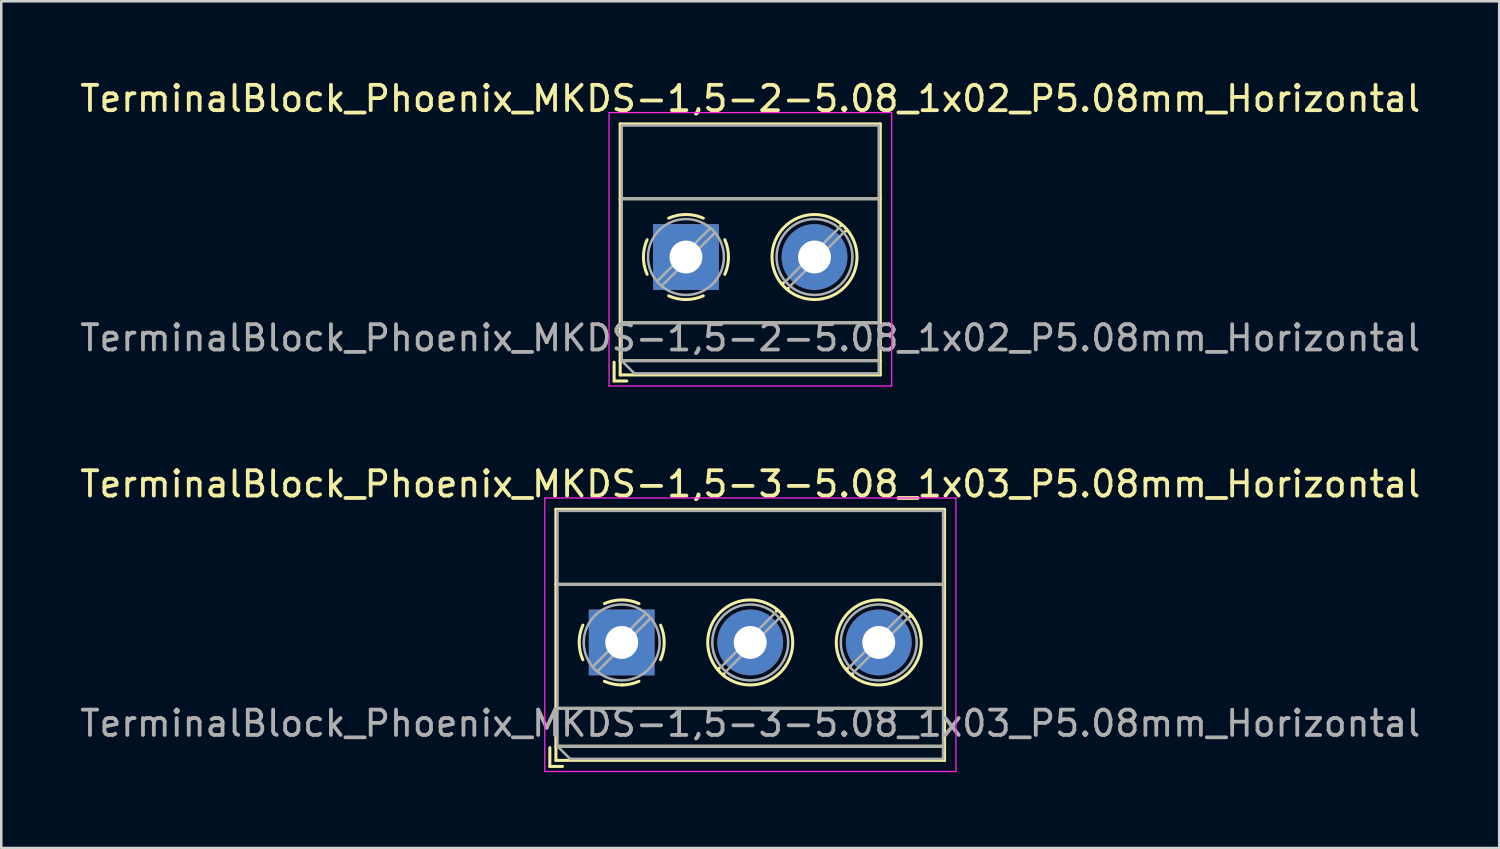
<source format=kicad_pcb>
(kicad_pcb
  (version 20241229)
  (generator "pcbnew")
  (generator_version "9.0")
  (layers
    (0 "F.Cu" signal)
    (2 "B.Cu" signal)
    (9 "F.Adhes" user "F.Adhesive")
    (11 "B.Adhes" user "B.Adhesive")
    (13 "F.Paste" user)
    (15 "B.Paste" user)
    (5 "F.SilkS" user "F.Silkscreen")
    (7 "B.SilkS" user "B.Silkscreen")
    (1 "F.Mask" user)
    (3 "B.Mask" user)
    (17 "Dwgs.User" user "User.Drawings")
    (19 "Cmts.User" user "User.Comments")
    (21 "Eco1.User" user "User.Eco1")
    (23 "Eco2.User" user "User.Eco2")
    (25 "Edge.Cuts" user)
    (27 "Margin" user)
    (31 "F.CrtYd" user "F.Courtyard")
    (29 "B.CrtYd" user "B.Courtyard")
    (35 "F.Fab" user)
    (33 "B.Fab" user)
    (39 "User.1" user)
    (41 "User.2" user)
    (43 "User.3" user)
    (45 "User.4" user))
  (footprint "TerminalBlock_Phoenix_MKDS-1,5-2-5.08_1x02_P5.08mm_Horizontal"
    (layer "F.Cu")
    (at 24.061 7.108)
    (property "Reference" "TerminalBlock_Phoenix_MKDS-1,5-2-5.08_1x02_P5.08mm_Horizontal" (at 2.54 -6.26 0) (layer "F.SilkS") (effects (font (size 1 1) (thickness 0.15))))
    (attr through_hole)
    (fp_line (start -2.84 4.16) (end -2.84 4.9) (stroke (width 0.12) (type solid)) (layer "F.SilkS"))
    (fp_line (start -2.84 4.9) (end -2.34 4.9) (stroke (width 0.12) (type solid)) (layer "F.SilkS"))
    (fp_line (start -2.6 -5.261) (end -2.6 4.66) (stroke (width 0.12) (type solid)) (layer "F.SilkS"))
    (fp_line (start -2.6 -5.261) (end 7.68 -5.261) (stroke (width 0.12) (type solid)) (layer "F.SilkS"))
    (fp_line (start -2.6 -2.301) (end 7.68 -2.301) (stroke (width 0.12) (type solid)) (layer "F.SilkS"))
    (fp_line (start -2.6 2.6) (end 7.68 2.6) (stroke (width 0.12) (type solid)) (layer "F.SilkS"))
    (fp_line (start -2.6 4.1) (end 7.68 4.1) (stroke (width 0.12) (type solid)) (layer "F.SilkS"))
    (fp_line (start -2.6 4.66) (end 7.68 4.66) (stroke (width 0.12) (type solid)) (layer "F.SilkS"))
    (fp_line (start 3.853 1.023) (end 3.806 1.069) (stroke (width 0.12) (type solid)) (layer "F.SilkS"))
    (fp_line (start 4.046 1.239) (end 4.011 1.274) (stroke (width 0.12) (type solid)) (layer "F.SilkS"))
    (fp_line (start 6.15 -1.275) (end 6.115 -1.239) (stroke (width 0.12) (type solid)) (layer "F.SilkS"))
    (fp_line (start 6.355 -1.069) (end 6.308 -1.023) (stroke (width 0.12) (type solid)) (layer "F.SilkS"))
    (fp_line (start 7.68 -5.261) (end 7.68 4.66) (stroke (width 0.12) (type solid)) (layer "F.SilkS"))
    (fp_arc (start -1.535427 0.683042) (mid -1.680501 -0.000524) (end -1.535 -0.684) (stroke (width 0.12) (type solid)) (layer "F.SilkS"))
    (fp_arc (start -0.683042 -1.535427) (mid 0.000524 -1.680501) (end 0.684 -1.535) (stroke (width 0.12) (type solid)) (layer "F.SilkS"))
    (fp_arc (start 0.028805 1.680253) (mid -0.335551 1.646659) (end -0.684 1.535) (stroke (width 0.12) (type solid)) (layer "F.SilkS"))
    (fp_arc (start 0.683318 1.534756) (mid 0.349292 1.643288) (end 0 1.68) (stroke (width 0.12) (type solid)) (layer "F.SilkS"))
    (fp_arc (start 1.535427 -0.683042) (mid 1.680501 0.000524) (end 1.535 0.684) (stroke (width 0.12) (type solid)) (layer "F.SilkS"))
    (fp_circle (center 5.08 0) (end 6.76 0) (stroke (width 0.12) (type solid)) (fill no) (layer "F.SilkS"))
    (fp_line (start -3.04 -5.71) (end -3.04 5.1) (stroke (width 0.05) (type solid)) (layer "F.CrtYd"))
    (fp_line (start -3.04 5.1) (end 8.13 5.1) (stroke (width 0.05) (type solid)) (layer "F.CrtYd"))
    (fp_line (start 8.13 -5.71) (end -3.04 -5.71) (stroke (width 0.05) (type solid)) (layer "F.CrtYd"))
    (fp_line (start 8.13 5.1) (end 8.13 -5.71) (stroke (width 0.05) (type solid)) (layer "F.CrtYd"))
    (fp_line (start -2.54 -5.2) (end 7.62 -5.2) (stroke (width 0.1) (type solid)) (layer "F.Fab"))
    (fp_line (start -2.54 -2.3) (end 7.62 -2.3) (stroke (width 0.1) (type solid)) (layer "F.Fab"))
    (fp_line (start -2.54 2.6) (end 7.62 2.6) (stroke (width 0.1) (type solid)) (layer "F.Fab"))
    (fp_line (start -2.54 4.1) (end -2.54 -5.2) (stroke (width 0.1) (type solid)) (layer "F.Fab"))
    (fp_line (start -2.54 4.1) (end 7.62 4.1) (stroke (width 0.1) (type solid)) (layer "F.Fab"))
    (fp_line (start -2.04 4.6) (end -2.54 4.1) (stroke (width 0.1) (type solid)) (layer "F.Fab"))
    (fp_line (start 0.955 -1.138) (end -1.138 0.955) (stroke (width 0.1) (type solid)) (layer "F.Fab"))
    (fp_line (start 1.138 -0.955) (end -0.955 1.138) (stroke (width 0.1) (type solid)) (layer "F.Fab"))
    (fp_line (start 6.035 -1.138) (end 3.943 0.955) (stroke (width 0.1) (type solid)) (layer "F.Fab"))
    (fp_line (start 6.218 -0.955) (end 4.126 1.138) (stroke (width 0.1) (type solid)) (layer "F.Fab"))
    (fp_line (start 7.62 -5.2) (end 7.62 4.6) (stroke (width 0.1) (type solid)) (layer "F.Fab"))
    (fp_line (start 7.62 4.6) (end -2.04 4.6) (stroke (width 0.1) (type solid)) (layer "F.Fab"))
    (fp_circle (center 0 0) (end 1.5 0) (stroke (width 0.1) (type solid)) (fill no) (layer "F.Fab"))
    (fp_circle (center 5.08 0) (end 6.58 0) (stroke (width 0.1) (type solid)) (fill no) (layer "F.Fab"))
    (fp_text user "${REFERENCE}" (at 2.54 3.2 0) (layer "F.Fab") (effects (font (size 1 1) (thickness 0.15))))
    (pad "1" thru_hole rect (at 0 0) (size 2.6 2.6) (drill 1.3) (layers "*.Cu" "*.Mask"))
    (pad "2" thru_hole circle (at 5.08 0) (size 2.6 2.6) (drill 1.3) (layers "*.Cu" "*.Mask")))
  (footprint "TerminalBlock_Phoenix_MKDS-1,5-3-5.08_1x03_P5.08mm_Horizontal"
    (layer "F.Cu")
    (at 21.521 22.341)
    (property "Reference" "TerminalBlock_Phoenix_MKDS-1,5-3-5.08_1x03_P5.08mm_Horizontal" (at 5.08 -6.26 0) (layer "F.SilkS") (effects (font (size 1 1) (thickness 0.15))))
    (attr through_hole)
    (fp_line (start -2.84 4.16) (end -2.84 4.9) (stroke (width 0.12) (type solid)) (layer "F.SilkS"))
    (fp_line (start -2.84 4.9) (end -2.34 4.9) (stroke (width 0.12) (type solid)) (layer "F.SilkS"))
    (fp_line (start -2.6 -5.261) (end -2.6 4.66) (stroke (width 0.12) (type solid)) (layer "F.SilkS"))
    (fp_line (start -2.6 -5.261) (end 12.76 -5.261) (stroke (width 0.12) (type solid)) (layer "F.SilkS"))
    (fp_line (start -2.6 -2.301) (end 12.76 -2.301) (stroke (width 0.12) (type solid)) (layer "F.SilkS"))
    (fp_line (start -2.6 2.6) (end 12.76 2.6) (stroke (width 0.12) (type solid)) (layer "F.SilkS"))
    (fp_line (start -2.6 4.1) (end 12.76 4.1) (stroke (width 0.12) (type solid)) (layer "F.SilkS"))
    (fp_line (start -2.6 4.66) (end 12.76 4.66) (stroke (width 0.12) (type solid)) (layer "F.SilkS"))
    (fp_line (start 3.853 1.023) (end 3.806 1.069) (stroke (width 0.12) (type solid)) (layer "F.SilkS"))
    (fp_line (start 4.046 1.239) (end 4.011 1.274) (stroke (width 0.12) (type solid)) (layer "F.SilkS"))
    (fp_line (start 6.15 -1.275) (end 6.115 -1.239) (stroke (width 0.12) (type solid)) (layer "F.SilkS"))
    (fp_line (start 6.355 -1.069) (end 6.308 -1.023) (stroke (width 0.12) (type solid)) (layer "F.SilkS"))
    (fp_line (start 8.933 1.023) (end 8.886 1.069) (stroke (width 0.12) (type solid)) (layer "F.SilkS"))
    (fp_line (start 9.126 1.239) (end 9.091 1.274) (stroke (width 0.12) (type solid)) (layer "F.SilkS"))
    (fp_line (start 11.23 -1.275) (end 11.195 -1.239) (stroke (width 0.12) (type solid)) (layer "F.SilkS"))
    (fp_line (start 11.435 -1.069) (end 11.388 -1.023) (stroke (width 0.12) (type solid)) (layer "F.SilkS"))
    (fp_line (start 12.76 -5.261) (end 12.76 4.66) (stroke (width 0.12) (type solid)) (layer "F.SilkS"))
    (fp_arc (start -1.535427 0.683042) (mid -1.680501 -0.000524) (end -1.535 -0.684) (stroke (width 0.12) (type solid)) (layer "F.SilkS"))
    (fp_arc (start -0.683042 -1.535427) (mid 0.000524 -1.680501) (end 0.684 -1.535) (stroke (width 0.12) (type solid)) (layer "F.SilkS"))
    (fp_arc (start 0.028805 1.680253) (mid -0.335551 1.646659) (end -0.684 1.535) (stroke (width 0.12) (type solid)) (layer "F.SilkS"))
    (fp_arc (start 0.683318 1.534756) (mid 0.349292 1.643288) (end 0 1.68) (stroke (width 0.12) (type solid)) (layer "F.SilkS"))
    (fp_arc (start 1.535427 -0.683042) (mid 1.680501 0.000524) (end 1.535 0.684) (stroke (width 0.12) (type solid)) (layer "F.SilkS"))
    (fp_circle (center 5.08 0) (end 6.76 0) (stroke (width 0.12) (type solid)) (fill no) (layer "F.SilkS"))
    (fp_circle (center 10.16 0) (end 11.84 0) (stroke (width 0.12) (type solid)) (fill no) (layer "F.SilkS"))
    (fp_line (start -3.04 -5.71) (end -3.04 5.1) (stroke (width 0.05) (type solid)) (layer "F.CrtYd"))
    (fp_line (start -3.04 5.1) (end 13.21 5.1) (stroke (width 0.05) (type solid)) (layer "F.CrtYd"))
    (fp_line (start 13.21 -5.71) (end -3.04 -5.71) (stroke (width 0.05) (type solid)) (layer "F.CrtYd"))
    (fp_line (start 13.21 5.1) (end 13.21 -5.71) (stroke (width 0.05) (type solid)) (layer "F.CrtYd"))
    (fp_line (start -2.54 -5.2) (end 12.7 -5.2) (stroke (width 0.1) (type solid)) (layer "F.Fab"))
    (fp_line (start -2.54 -2.3) (end 12.7 -2.3) (stroke (width 0.1) (type solid)) (layer "F.Fab"))
    (fp_line (start -2.54 2.6) (end 12.7 2.6) (stroke (width 0.1) (type solid)) (layer "F.Fab"))
    (fp_line (start -2.54 4.1) (end -2.54 -5.2) (stroke (width 0.1) (type solid)) (layer "F.Fab"))
    (fp_line (start -2.54 4.1) (end 12.7 4.1) (stroke (width 0.1) (type solid)) (layer "F.Fab"))
    (fp_line (start -2.04 4.6) (end -2.54 4.1) (stroke (width 0.1) (type solid)) (layer "F.Fab"))
    (fp_line (start 0.955 -1.138) (end -1.138 0.955) (stroke (width 0.1) (type solid)) (layer "F.Fab"))
    (fp_line (start 1.138 -0.955) (end -0.955 1.138) (stroke (width 0.1) (type solid)) (layer "F.Fab"))
    (fp_line (start 6.035 -1.138) (end 3.943 0.955) (stroke (width 0.1) (type solid)) (layer "F.Fab"))
    (fp_line (start 6.218 -0.955) (end 4.126 1.138) (stroke (width 0.1) (type solid)) (layer "F.Fab"))
    (fp_line (start 11.115 -1.138) (end 9.023 0.955) (stroke (width 0.1) (type solid)) (layer "F.Fab"))
    (fp_line (start 11.298 -0.955) (end 9.206 1.138) (stroke (width 0.1) (type solid)) (layer "F.Fab"))
    (fp_line (start 12.7 -5.2) (end 12.7 4.6) (stroke (width 0.1) (type solid)) (layer "F.Fab"))
    (fp_line (start 12.7 4.6) (end -2.04 4.6) (stroke (width 0.1) (type solid)) (layer "F.Fab"))
    (fp_circle (center 0 0) (end 1.5 0) (stroke (width 0.1) (type solid)) (fill no) (layer "F.Fab"))
    (fp_circle (center 5.08 0) (end 6.58 0) (stroke (width 0.1) (type solid)) (fill no) (layer "F.Fab"))
    (fp_circle (center 10.16 0) (end 11.66 0) (stroke (width 0.1) (type solid)) (fill no) (layer "F.Fab"))
    (fp_text user "${REFERENCE}" (at 5.08 3.2 0) (layer "F.Fab") (effects (font (size 1 1) (thickness 0.15))))
    (pad "1" thru_hole rect (at 0 0) (size 2.6 2.6) (drill 1.3) (layers "*.Cu" "*.Mask"))
    (pad "2" thru_hole circle (at 5.08 0) (size 2.6 2.6) (drill 1.3) (layers "*.Cu" "*.Mask"))
    (pad "3" thru_hole circle (at 10.16 0) (size 2.6 2.6) (drill 1.3) (layers "*.Cu" "*.Mask")))
  (gr_rect
    (start -3 -3)
    (end 56.202 30.466)
    (stroke (width 0.1) (type default))
    (fill no)
    (layer "Edge.Cuts")))
</source>
